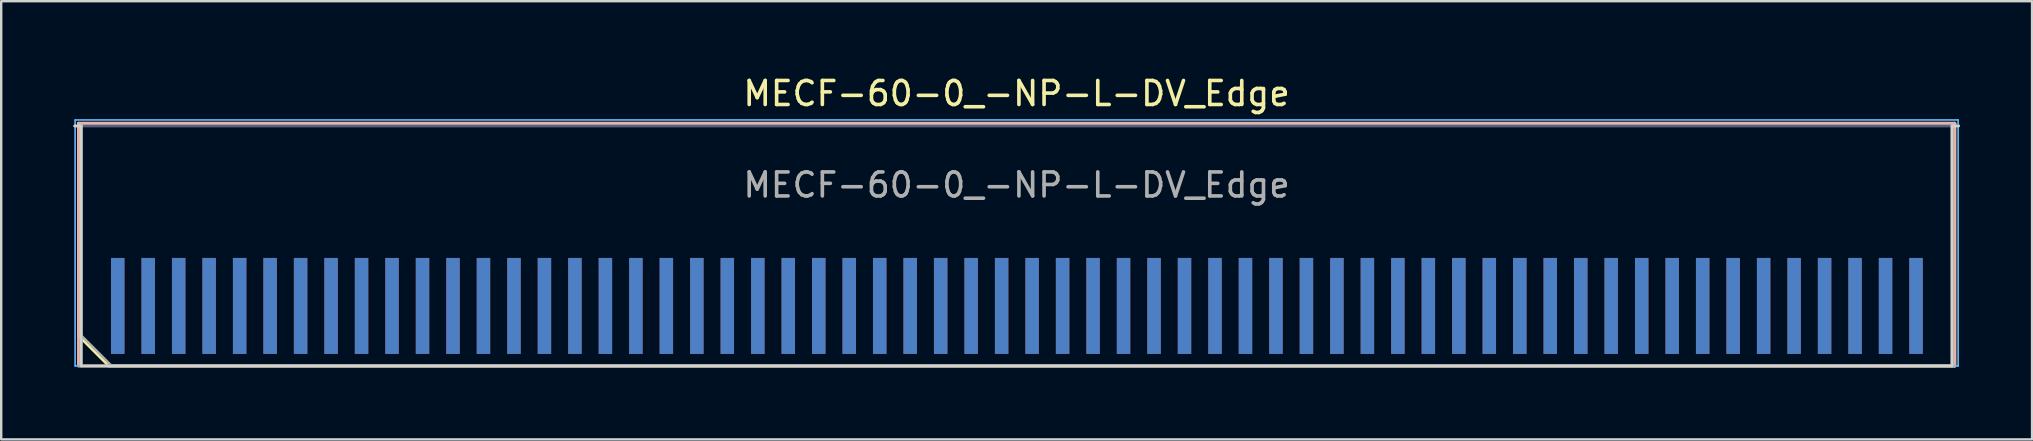
<source format=kicad_pcb>
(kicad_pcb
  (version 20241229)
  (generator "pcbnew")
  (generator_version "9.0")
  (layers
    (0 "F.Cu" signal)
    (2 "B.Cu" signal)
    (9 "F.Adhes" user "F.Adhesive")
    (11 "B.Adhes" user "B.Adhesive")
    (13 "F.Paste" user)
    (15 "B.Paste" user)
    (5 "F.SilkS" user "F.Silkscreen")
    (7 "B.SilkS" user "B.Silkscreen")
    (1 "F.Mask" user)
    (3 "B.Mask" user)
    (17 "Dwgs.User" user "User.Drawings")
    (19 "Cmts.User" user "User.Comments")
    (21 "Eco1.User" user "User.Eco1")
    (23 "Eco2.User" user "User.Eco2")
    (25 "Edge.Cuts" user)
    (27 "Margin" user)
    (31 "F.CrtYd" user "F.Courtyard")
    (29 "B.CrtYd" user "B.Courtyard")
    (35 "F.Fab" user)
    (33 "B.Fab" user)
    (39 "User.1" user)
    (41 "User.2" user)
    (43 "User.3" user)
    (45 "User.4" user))
  (footprint "MECF-60-0_-NP-L-DV_Edge"
    (layer "F.Cu")
    (at 39.31 7.198)
    (property "Reference" "MECF-60-0_-NP-L-DV_Edge" (at 0 -6.35 0) (layer "F.SilkS") (effects (font (size 1 1) (thickness 0.15))))
    (attr exclude_from_pos_files exclude_from_bom)
    (fp_line (start -39.09 -5.11) (end 39.09 -5.11) (stroke (width 0.12) (type solid)) (layer "F.SilkS"))
    (fp_line (start -39.09 3.73) (end -39.09 -5.11) (stroke (width 0.12) (type solid)) (layer "F.SilkS"))
    (fp_line (start -37.82 5) (end -39.09 3.73) (stroke (width 0.12) (type solid)) (layer "F.SilkS"))
    (fp_line (start -37.82 5) (end 39.09 5) (stroke (width 0.12) (type solid)) (layer "F.SilkS"))
    (fp_line (start 39.09 5) (end 39.09 -5.11) (stroke (width 0.12) (type solid)) (layer "F.SilkS"))
    (fp_line (start -39.09 -5.11) (end 39.09 -5.11) (stroke (width 0.12) (type solid)) (layer "B.SilkS"))
    (fp_line (start -39.09 5) (end -39.09 -5.11) (stroke (width 0.12) (type solid)) (layer "B.SilkS"))
    (fp_line (start -39.09 5) (end 39.09 5) (stroke (width 0.12) (type solid)) (layer "B.SilkS"))
    (fp_line (start 39.09 5) (end 39.09 -5.11) (stroke (width 0.12) (type solid)) (layer "B.SilkS"))
    (fp_line (start -39.25 -5) (end -38.975 -5) (stroke (width 0.12) (type solid)) (layer "Edge.Cuts"))
    (fp_line (start -38.975 5) (end -38.975 -5) (stroke (width 0.12) (type solid)) (layer "Edge.Cuts"))
    (fp_line (start -38.975 5) (end 38.975 5) (stroke (width 0.12) (type solid)) (layer "Edge.Cuts"))
    (fp_line (start 38.975 5) (end 38.975 -5) (stroke (width 0.12) (type solid)) (layer "Edge.Cuts"))
    (fp_line (start 39.25 -5) (end 38.975 -5) (stroke (width 0.12) (type solid)) (layer "Edge.Cuts"))
    (fp_line (start -39.23 -5.25) (end -39.23 5) (stroke (width 0.05) (type solid)) (layer "B.CrtYd"))
    (fp_line (start -39.23 5) (end 39.23 5) (stroke (width 0.05) (type solid)) (layer "B.CrtYd"))
    (fp_line (start 39.23 -5.25) (end -39.23 -5.25) (stroke (width 0.05) (type solid)) (layer "B.CrtYd"))
    (fp_line (start 39.23 5) (end 39.23 -5.25) (stroke (width 0.05) (type solid)) (layer "B.CrtYd"))
    (fp_line (start -39.23 -5.25) (end -39.23 5) (stroke (width 0.05) (type solid)) (layer "F.CrtYd"))
    (fp_line (start -39.23 5) (end 39.23 5) (stroke (width 0.05) (type solid)) (layer "F.CrtYd"))
    (fp_line (start 39.23 -5.25) (end -39.23 -5.25) (stroke (width 0.05) (type solid)) (layer "F.CrtYd"))
    (fp_line (start 39.23 5) (end 39.23 -5.25) (stroke (width 0.05) (type solid)) (layer "F.CrtYd"))
    (fp_line (start -38.975 -5) (end 38.975 -5) (stroke (width 0.1) (type solid)) (layer "B.Fab"))
    (fp_line (start -38.975 5) (end -38.975 -5) (stroke (width 0.1) (type solid)) (layer "B.Fab"))
    (fp_line (start -38.975 5) (end 38.975 5) (stroke (width 0.1) (type solid)) (layer "B.Fab"))
    (fp_line (start 38.975 5) (end 38.975 -5) (stroke (width 0.1) (type solid)) (layer "B.Fab"))
    (fp_line (start -38.975 -5) (end 38.975 -5) (stroke (width 0.1) (type solid)) (layer "F.Fab"))
    (fp_line (start -38.975 3.73) (end -38.975 -5) (stroke (width 0.1) (type solid)) (layer "F.Fab"))
    (fp_line (start -38.975 3.73) (end -37.705 5) (stroke (width 0.1) (type solid)) (layer "F.Fab"))
    (fp_line (start -37.705 5) (end 38.975 5) (stroke (width 0.1) (type solid)) (layer "F.Fab"))
    (fp_line (start 38.975 5) (end 38.975 -5) (stroke (width 0.1) (type solid)) (layer "F.Fab"))
    (fp_text user "${REFERENCE}" (at 0 -2.54 0) (layer "F.Fab") (effects (font (size 1 1) (thickness 0.15))))
    (pad "1" smd rect (at -37.455 2.5) (size 0.56 4) (layers "F.Cu" "F.Mask" "F.Paste"))
    (pad "2" smd rect (at -37.455 2.5) (size 0.56 4) (layers "B.Cu" "B.Mask" "B.Paste"))
    (pad "3" smd rect (at -36.185 2.5) (size 0.56 4) (layers "F.Cu" "F.Mask" "F.Paste"))
    (pad "4" smd rect (at -36.185 2.5) (size 0.56 4) (layers "B.Cu" "B.Mask" "B.Paste"))
    (pad "5" smd rect (at -34.915 2.5) (size 0.56 4) (layers "F.Cu" "F.Mask" "F.Paste"))
    (pad "6" smd rect (at -34.915 2.5) (size 0.56 4) (layers "B.Cu" "B.Mask" "B.Paste"))
    (pad "7" smd rect (at -33.645 2.5) (size 0.56 4) (layers "F.Cu" "F.Mask" "F.Paste"))
    (pad "8" smd rect (at -33.645 2.5) (size 0.56 4) (layers "B.Cu" "B.Mask" "B.Paste"))
    (pad "9" smd rect (at -32.375 2.5) (size 0.56 4) (layers "F.Cu" "F.Mask" "F.Paste"))
    (pad "10" smd rect (at -32.375 2.5) (size 0.56 4) (layers "B.Cu" "B.Mask" "B.Paste"))
    (pad "11" smd rect (at -31.105 2.5) (size 0.56 4) (layers "F.Cu" "F.Mask" "F.Paste"))
    (pad "12" smd rect (at -31.105 2.5) (size 0.56 4) (layers "B.Cu" "B.Mask" "B.Paste"))
    (pad "13" smd rect (at -29.835 2.5) (size 0.56 4) (layers "F.Cu" "F.Mask" "F.Paste"))
    (pad "14" smd rect (at -29.835 2.5) (size 0.56 4) (layers "B.Cu" "B.Mask" "B.Paste"))
    (pad "15" smd rect (at -28.565 2.5) (size 0.56 4) (layers "F.Cu" "F.Mask" "F.Paste"))
    (pad "16" smd rect (at -28.565 2.5) (size 0.56 4) (layers "B.Cu" "B.Mask" "B.Paste"))
    (pad "17" smd rect (at -27.295 2.5) (size 0.56 4) (layers "F.Cu" "F.Mask" "F.Paste"))
    (pad "18" smd rect (at -27.295 2.5) (size 0.56 4) (layers "B.Cu" "B.Mask" "B.Paste"))
    (pad "19" smd rect (at -26.025 2.5) (size 0.56 4) (layers "F.Cu" "F.Mask" "F.Paste"))
    (pad "20" smd rect (at -26.025 2.5) (size 0.56 4) (layers "B.Cu" "B.Mask" "B.Paste"))
    (pad "21" smd rect (at -24.755 2.5) (size 0.56 4) (layers "F.Cu" "F.Mask" "F.Paste"))
    (pad "22" smd rect (at -24.755 2.5) (size 0.56 4) (layers "B.Cu" "B.Mask" "B.Paste"))
    (pad "23" smd rect (at -23.485 2.5) (size 0.56 4) (layers "F.Cu" "F.Mask" "F.Paste"))
    (pad "24" smd rect (at -23.485 2.5) (size 0.56 4) (layers "B.Cu" "B.Mask" "B.Paste"))
    (pad "25" smd rect (at -22.215 2.5) (size 0.56 4) (layers "F.Cu" "F.Mask" "F.Paste"))
    (pad "26" smd rect (at -22.215 2.5) (size 0.56 4) (layers "B.Cu" "B.Mask" "B.Paste"))
    (pad "27" smd rect (at -20.945 2.5) (size 0.56 4) (layers "F.Cu" "F.Mask" "F.Paste"))
    (pad "28" smd rect (at -20.945 2.5) (size 0.56 4) (layers "B.Cu" "B.Mask" "B.Paste"))
    (pad "29" smd rect (at -19.675 2.5) (size 0.56 4) (layers "F.Cu" "F.Mask" "F.Paste"))
    (pad "30" smd rect (at -19.675 2.5) (size 0.56 4) (layers "B.Cu" "B.Mask" "B.Paste"))
    (pad "31" smd rect (at -18.405 2.5) (size 0.56 4) (layers "F.Cu" "F.Mask" "F.Paste"))
    (pad "32" smd rect (at -18.405 2.5) (size 0.56 4) (layers "B.Cu" "B.Mask" "B.Paste"))
    (pad "33" smd rect (at -17.135 2.5) (size 0.56 4) (layers "F.Cu" "F.Mask" "F.Paste"))
    (pad "34" smd rect (at -17.135 2.5) (size 0.56 4) (layers "B.Cu" "B.Mask" "B.Paste"))
    (pad "35" smd rect (at -15.865 2.5) (size 0.56 4) (layers "F.Cu" "F.Mask" "F.Paste"))
    (pad "36" smd rect (at -15.865 2.5) (size 0.56 4) (layers "B.Cu" "B.Mask" "B.Paste"))
    (pad "37" smd rect (at -14.595 2.5) (size 0.56 4) (layers "F.Cu" "F.Mask" "F.Paste"))
    (pad "38" smd rect (at -14.595 2.5) (size 0.56 4) (layers "B.Cu" "B.Mask" "B.Paste"))
    (pad "39" smd rect (at -13.325 2.5) (size 0.56 4) (layers "F.Cu" "F.Mask" "F.Paste"))
    (pad "40" smd rect (at -13.325 2.5) (size 0.56 4) (layers "B.Cu" "B.Mask" "B.Paste"))
    (pad "41" smd rect (at -12.055 2.5) (size 0.56 4) (layers "F.Cu" "F.Mask" "F.Paste"))
    (pad "42" smd rect (at -12.055 2.5) (size 0.56 4) (layers "B.Cu" "B.Mask" "B.Paste"))
    (pad "43" smd rect (at -10.785 2.5) (size 0.56 4) (layers "F.Cu" "F.Mask" "F.Paste"))
    (pad "44" smd rect (at -10.785 2.5) (size 0.56 4) (layers "B.Cu" "B.Mask" "B.Paste"))
    (pad "45" smd rect (at -9.515 2.5) (size 0.56 4) (layers "F.Cu" "F.Mask" "F.Paste"))
    (pad "46" smd rect (at -9.515 2.5) (size 0.56 4) (layers "B.Cu" "B.Mask" "B.Paste"))
    (pad "47" smd rect (at -8.245 2.5) (size 0.56 4) (layers "F.Cu" "F.Mask" "F.Paste"))
    (pad "48" smd rect (at -8.245 2.5) (size 0.56 4) (layers "B.Cu" "B.Mask" "B.Paste"))
    (pad "49" smd rect (at -6.975 2.5) (size 0.56 4) (layers "F.Cu" "F.Mask" "F.Paste"))
    (pad "50" smd rect (at -6.975 2.5) (size 0.56 4) (layers "B.Cu" "B.Mask" "B.Paste"))
    (pad "51" smd rect (at -5.705 2.5) (size 0.56 4) (layers "F.Cu" "F.Mask" "F.Paste"))
    (pad "52" smd rect (at -5.705 2.5) (size 0.56 4) (layers "B.Cu" "B.Mask" "B.Paste"))
    (pad "53" smd rect (at -4.435 2.5) (size 0.56 4) (layers "F.Cu" "F.Mask" "F.Paste"))
    (pad "54" smd rect (at -4.435 2.5) (size 0.56 4) (layers "B.Cu" "B.Mask" "B.Paste"))
    (pad "55" smd rect (at -3.165 2.5) (size 0.56 4) (layers "F.Cu" "F.Mask" "F.Paste"))
    (pad "56" smd rect (at -3.165 2.5) (size 0.56 4) (layers "B.Cu" "B.Mask" "B.Paste"))
    (pad "57" smd rect (at -1.895 2.5) (size 0.56 4) (layers "F.Cu" "F.Mask" "F.Paste"))
    (pad "58" smd rect (at -1.895 2.5) (size 0.56 4) (layers "B.Cu" "B.Mask" "B.Paste"))
    (pad "59" smd rect (at -0.625 2.5) (size 0.56 4) (layers "F.Cu" "F.Mask" "F.Paste"))
    (pad "60" smd rect (at -0.625 2.5) (size 0.56 4) (layers "B.Cu" "B.Mask" "B.Paste"))
    (pad "61" smd rect (at 0.645 2.5) (size 0.56 4) (layers "F.Cu" "F.Mask" "F.Paste"))
    (pad "62" smd rect (at 0.645 2.5) (size 0.56 4) (layers "B.Cu" "B.Mask" "B.Paste"))
    (pad "63" smd rect (at 1.915 2.5) (size 0.56 4) (layers "F.Cu" "F.Mask" "F.Paste"))
    (pad "64" smd rect (at 1.915 2.5) (size 0.56 4) (layers "B.Cu" "B.Mask" "B.Paste"))
    (pad "65" smd rect (at 3.185 2.5) (size 0.56 4) (layers "F.Cu" "F.Mask" "F.Paste"))
    (pad "66" smd rect (at 3.185 2.5) (size 0.56 4) (layers "B.Cu" "B.Mask" "B.Paste"))
    (pad "67" smd rect (at 4.455 2.5) (size 0.56 4) (layers "F.Cu" "F.Mask" "F.Paste"))
    (pad "68" smd rect (at 4.455 2.5) (size 0.56 4) (layers "B.Cu" "B.Mask" "B.Paste"))
    (pad "69" smd rect (at 5.725 2.5) (size 0.56 4) (layers "F.Cu" "F.Mask" "F.Paste"))
    (pad "70" smd rect (at 5.725 2.5) (size 0.56 4) (layers "B.Cu" "B.Mask" "B.Paste"))
    (pad "71" smd rect (at 6.995 2.5) (size 0.56 4) (layers "F.Cu" "F.Mask" "F.Paste"))
    (pad "72" smd rect (at 6.995 2.5) (size 0.56 4) (layers "B.Cu" "B.Mask" "B.Paste"))
    (pad "73" smd rect (at 8.265 2.5) (size 0.56 4) (layers "F.Cu" "F.Mask" "F.Paste"))
    (pad "74" smd rect (at 8.265 2.5) (size 0.56 4) (layers "B.Cu" "B.Mask" "B.Paste"))
    (pad "75" smd rect (at 9.535 2.5) (size 0.56 4) (layers "F.Cu" "F.Mask" "F.Paste"))
    (pad "76" smd rect (at 9.535 2.5) (size 0.56 4) (layers "B.Cu" "B.Mask" "B.Paste"))
    (pad "77" smd rect (at 10.805 2.5) (size 0.56 4) (layers "F.Cu" "F.Mask" "F.Paste"))
    (pad "78" smd rect (at 10.805 2.5) (size 0.56 4) (layers "B.Cu" "B.Mask" "B.Paste"))
    (pad "79" smd rect (at 12.075 2.5) (size 0.56 4) (layers "F.Cu" "F.Mask" "F.Paste"))
    (pad "80" smd rect (at 12.075 2.5) (size 0.56 4) (layers "B.Cu" "B.Mask" "B.Paste"))
    (pad "81" smd rect (at 13.345 2.5) (size 0.56 4) (layers "F.Cu" "F.Mask" "F.Paste"))
    (pad "82" smd rect (at 13.345 2.5) (size 0.56 4) (layers "B.Cu" "B.Mask" "B.Paste"))
    (pad "83" smd rect (at 14.615 2.5) (size 0.56 4) (layers "F.Cu" "F.Mask" "F.Paste"))
    (pad "84" smd rect (at 14.615 2.5) (size 0.56 4) (layers "B.Cu" "B.Mask" "B.Paste"))
    (pad "85" smd rect (at 15.885 2.5) (size 0.56 4) (layers "F.Cu" "F.Mask" "F.Paste"))
    (pad "86" smd rect (at 15.885 2.5) (size 0.56 4) (layers "B.Cu" "B.Mask" "B.Paste"))
    (pad "87" smd rect (at 17.155 2.5) (size 0.56 4) (layers "F.Cu" "F.Mask" "F.Paste"))
    (pad "88" smd rect (at 17.155 2.5) (size 0.56 4) (layers "B.Cu" "B.Mask" "B.Paste"))
    (pad "89" smd rect (at 18.425 2.5) (size 0.56 4) (layers "F.Cu" "F.Mask" "F.Paste"))
    (pad "90" smd rect (at 18.425 2.5) (size 0.56 4) (layers "B.Cu" "B.Mask" "B.Paste"))
    (pad "91" smd rect (at 19.695 2.5) (size 0.56 4) (layers "F.Cu" "F.Mask" "F.Paste"))
    (pad "92" smd rect (at 19.695 2.5) (size 0.56 4) (layers "B.Cu" "B.Mask" "B.Paste"))
    (pad "93" smd rect (at 20.965 2.5) (size 0.56 4) (layers "F.Cu" "F.Mask" "F.Paste"))
    (pad "94" smd rect (at 20.965 2.5) (size 0.56 4) (layers "B.Cu" "B.Mask" "B.Paste"))
    (pad "95" smd rect (at 22.235 2.5) (size 0.56 4) (layers "F.Cu" "F.Mask" "F.Paste"))
    (pad "96" smd rect (at 22.235 2.5) (size 0.56 4) (layers "B.Cu" "B.Mask" "B.Paste"))
    (pad "97" smd rect (at 23.505 2.5) (size 0.56 4) (layers "F.Cu" "F.Mask" "F.Paste"))
    (pad "98" smd rect (at 23.505 2.5) (size 0.56 4) (layers "B.Cu" "B.Mask" "B.Paste"))
    (pad "99" smd rect (at 24.775 2.5) (size 0.56 4) (layers "F.Cu" "F.Mask" "F.Paste"))
    (pad "100" smd rect (at 24.775 2.5) (size 0.56 4) (layers "B.Cu" "B.Mask" "B.Paste"))
    (pad "101" smd rect (at 26.045 2.5) (size 0.56 4) (layers "F.Cu" "F.Mask" "F.Paste"))
    (pad "102" smd rect (at 26.045 2.5) (size 0.56 4) (layers "B.Cu" "B.Mask" "B.Paste"))
    (pad "103" smd rect (at 27.315 2.5) (size 0.56 4) (layers "F.Cu" "F.Mask" "F.Paste"))
    (pad "104" smd rect (at 27.315 2.5) (size 0.56 4) (layers "B.Cu" "B.Mask" "B.Paste"))
    (pad "105" smd rect (at 28.585 2.5) (size 0.56 4) (layers "F.Cu" "F.Mask" "F.Paste"))
    (pad "106" smd rect (at 28.585 2.5) (size 0.56 4) (layers "B.Cu" "B.Mask" "B.Paste"))
    (pad "107" smd rect (at 29.855 2.5) (size 0.56 4) (layers "F.Cu" "F.Mask" "F.Paste"))
    (pad "108" smd rect (at 29.855 2.5) (size 0.56 4) (layers "B.Cu" "B.Mask" "B.Paste"))
    (pad "109" smd rect (at 31.125 2.5) (size 0.56 4) (layers "F.Cu" "F.Mask" "F.Paste"))
    (pad "110" smd rect (at 31.125 2.5) (size 0.56 4) (layers "B.Cu" "B.Mask" "B.Paste"))
    (pad "111" smd rect (at 32.395 2.5) (size 0.56 4) (layers "F.Cu" "F.Mask" "F.Paste"))
    (pad "112" smd rect (at 32.395 2.5) (size 0.56 4) (layers "B.Cu" "B.Mask" "B.Paste"))
    (pad "113" smd rect (at 33.665 2.5) (size 0.56 4) (layers "F.Cu" "F.Mask" "F.Paste"))
    (pad "114" smd rect (at 33.665 2.5) (size 0.56 4) (layers "B.Cu" "B.Mask" "B.Paste"))
    (pad "115" smd rect (at 34.935 2.5) (size 0.56 4) (layers "F.Cu" "F.Mask" "F.Paste"))
    (pad "116" smd rect (at 34.935 2.5) (size 0.56 4) (layers "B.Cu" "B.Mask" "B.Paste"))
    (pad "117" smd rect (at 36.205 2.5) (size 0.56 4) (layers "F.Cu" "F.Mask" "F.Paste"))
    (pad "118" smd rect (at 36.205 2.5) (size 0.56 4) (layers "B.Cu" "B.Mask" "B.Paste"))
    (pad "119" smd rect (at 37.475 2.5) (size 0.56 4) (layers "F.Cu" "F.Mask" "F.Paste"))
    (pad "120" smd rect (at 37.475 2.5) (size 0.56 4) (layers "B.Cu" "B.Mask" "B.Paste")))
  (gr_rect
    (start -3 -3)
    (end 81.62 15.258)
    (stroke (width 0.1) (type default))
    (fill no)
    (layer "Edge.Cuts")))
</source>
